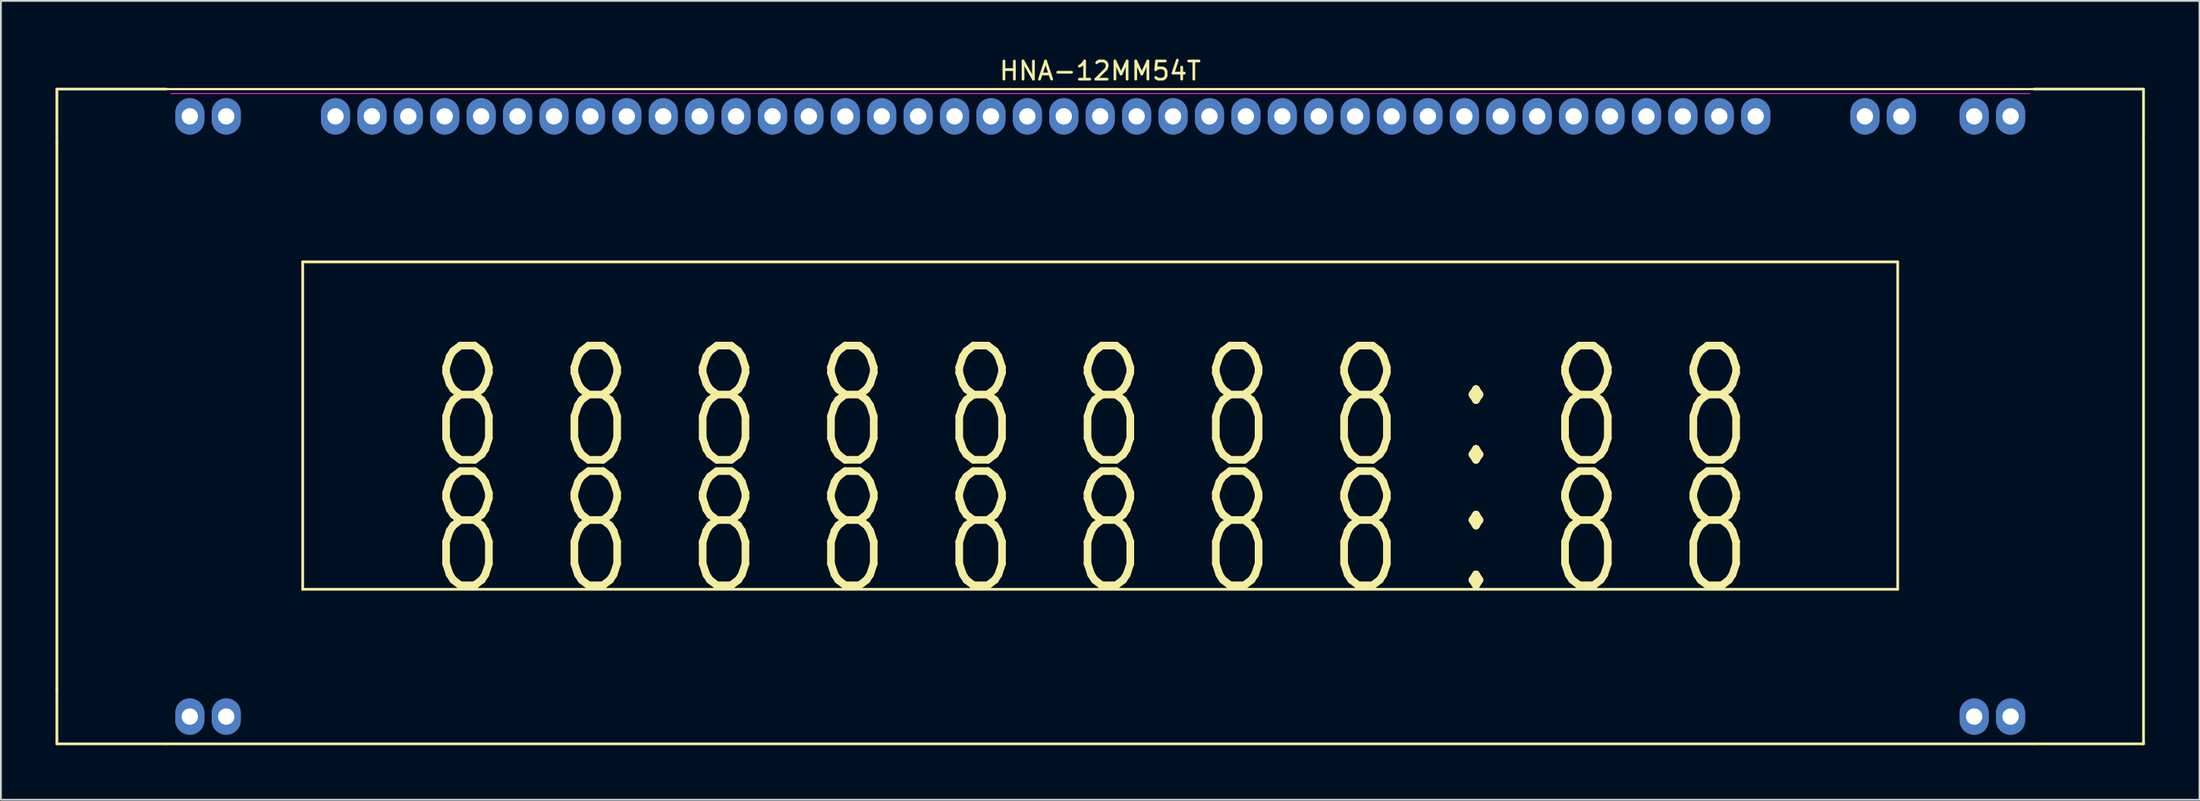
<source format=kicad_pcb>
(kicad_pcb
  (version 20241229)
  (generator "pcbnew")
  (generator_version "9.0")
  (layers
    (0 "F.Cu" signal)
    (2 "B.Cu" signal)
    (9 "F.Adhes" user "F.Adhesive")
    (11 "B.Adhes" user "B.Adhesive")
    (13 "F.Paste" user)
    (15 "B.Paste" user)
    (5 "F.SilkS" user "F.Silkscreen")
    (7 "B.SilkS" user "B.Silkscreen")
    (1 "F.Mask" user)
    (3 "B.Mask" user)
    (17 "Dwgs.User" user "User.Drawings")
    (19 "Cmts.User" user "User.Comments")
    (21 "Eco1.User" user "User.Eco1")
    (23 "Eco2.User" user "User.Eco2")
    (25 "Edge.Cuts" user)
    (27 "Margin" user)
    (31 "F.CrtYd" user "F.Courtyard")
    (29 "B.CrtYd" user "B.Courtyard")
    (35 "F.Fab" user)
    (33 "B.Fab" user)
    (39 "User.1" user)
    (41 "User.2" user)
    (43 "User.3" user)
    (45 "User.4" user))
  (footprint "HNA-12MM54T"
    (layer "F.Cu")
    (at 57.375 3.348)
    (property "Reference" "HNA-12MM54T" (at 0 -2.5 180) (layer "F.SilkS") (effects (font (size 1 1) (thickness 0.15))))
    (attr through_hole)
    (fp_line (start -57.3 -1.5) (end -51.3 -1.5) (stroke (width 0.15) (type solid)) (layer "F.SilkS"))
    (fp_line (start -57.3 1.5) (end -57.3 -1.5) (stroke (width 0.15) (type solid)) (layer "F.SilkS"))
    (fp_line (start -57.3 1.5) (end -57.3 31.5) (stroke (width 0.15) (type solid)) (layer "F.SilkS"))
    (fp_line (start -57.3 34.5) (end -57.3 31.5) (stroke (width 0.15) (type solid)) (layer "F.SilkS"))
    (fp_line (start -51.3 -1.5) (end 51.3 -1.5) (stroke (width 0.12) (type solid)) (layer "F.SilkS"))
    (fp_line (start -51.3 34.5) (end -57.3 34.5) (stroke (width 0.15) (type solid)) (layer "F.SilkS"))
    (fp_line (start -51.3 34.5) (end 51.3 34.5) (stroke (width 0.15) (type solid)) (layer "F.SilkS"))
    (fp_line (start -43.8 8) (end -43.8 26) (stroke (width 0.15) (type solid)) (layer "F.SilkS"))
    (fp_line (start -43.8 26) (end 43.8 26) (stroke (width 0.15) (type solid)) (layer "F.SilkS"))
    (fp_line (start 43.8 8) (end -43.8 8) (stroke (width 0.15) (type solid)) (layer "F.SilkS"))
    (fp_line (start 43.8 26) (end 43.8 8) (stroke (width 0.15) (type solid)) (layer "F.SilkS"))
    (fp_line (start 57.3 -1.5) (end 51.3 -1.5) (stroke (width 0.15) (type solid)) (layer "F.SilkS"))
    (fp_line (start 57.3 -1.3) (end 57.3 -1.5) (stroke (width 0.15) (type solid)) (layer "F.SilkS"))
    (fp_line (start 57.3 1.4) (end 57.3 -1.3) (stroke (width 0.15) (type solid)) (layer "F.SilkS"))
    (fp_line (start 57.3 34.4) (end 57.3 1.4) (stroke (width 0.15) (type solid)) (layer "F.SilkS"))
    (fp_line (start 57.3 34.4) (end 57.3 34.5) (stroke (width 0.15) (type solid)) (layer "F.SilkS"))
    (fp_line (start 57.3 34.5) (end 51.3 34.5) (stroke (width 0.15) (type solid)) (layer "F.SilkS"))
    (fp_line (start -51.05 -1.25) (end 51.05 -1.25) (stroke (width 0.05) (type solid)) (layer "F.CrtYd"))
    (fp_text user "8 8 8 8 8 8 8 8 : 8 8" (at -0.5 22.9 0) (unlocked yes) (layer "F.SilkS") (effects (font (size 6.28 4.11) (thickness 0.42))))
    (fp_text user "8 8 8 8 8 8 8 8 : 8 8" (at -0.5 16 0) (unlocked yes) (layer "F.SilkS") (effects (font (size 6.28 4.11) (thickness 0.42))))
    (pad "0" thru_hole oval (at -50 33) (size 1.6 2) (drill 0.9) (layers "*.Cu" "*.Mask"))
    (pad "0" thru_hole oval (at -48 33) (size 1.6 2) (drill 0.9) (layers "*.Cu" "*.Mask"))
    (pad "0" thru_hole oval (at 48 33) (size 1.6 2) (drill 0.9) (layers "*.Cu" "*.Mask"))
    (pad "0" thru_hole oval (at 50 33) (size 1.6 2) (drill 0.9) (layers "*.Cu" "*.Mask"))
    (pad "1" thru_hole oval (at 50 0 180) (size 1.6 2) (drill 0.9) (layers "*.Cu" "*.Mask"))
    (pad "2" thru_hole oval (at 48 0 180) (size 1.6 2) (drill 0.9) (layers "*.Cu" "*.Mask"))
    (pad "4" thru_hole oval (at 44 0 180) (size 1.6 2) (drill 0.9) (layers "*.Cu" "*.Mask"))
    (pad "5" thru_hole oval (at 42 0 180) (size 1.6 2) (drill 0.9) (layers "*.Cu" "*.Mask"))
    (pad "8" thru_hole oval (at 36 0 180) (size 1.6 2) (drill 0.9) (layers "*.Cu" "*.Mask"))
    (pad "9" thru_hole oval (at 34 0 180) (size 1.6 2) (drill 0.9) (layers "*.Cu" "*.Mask"))
    (pad "10" thru_hole oval (at 32 0 180) (size 1.6 2) (drill 0.9) (layers "*.Cu" "*.Mask"))
    (pad "11" thru_hole oval (at 30 0 180) (size 1.6 2) (drill 0.9) (layers "*.Cu" "*.Mask"))
    (pad "12" thru_hole oval (at 28 0 180) (size 1.6 2) (drill 0.9) (layers "*.Cu" "*.Mask"))
    (pad "13" thru_hole oval (at 26 0 180) (size 1.6 2) (drill 0.9) (layers "*.Cu" "*.Mask"))
    (pad "14" thru_hole oval (at 24 0 180) (size 1.6 2) (drill 0.9) (layers "*.Cu" "*.Mask"))
    (pad "15" thru_hole oval (at 22 0 180) (size 1.6 2) (drill 0.9) (layers "*.Cu" "*.Mask"))
    (pad "16" thru_hole oval (at 20 0 180) (size 1.6 2) (drill 0.9) (layers "*.Cu" "*.Mask"))
    (pad "17" thru_hole oval (at 18 0 180) (size 1.6 2) (drill 0.9) (layers "*.Cu" "*.Mask"))
    (pad "18" thru_hole oval (at 16 0 180) (size 1.6 2) (drill 0.9) (layers "*.Cu" "*.Mask"))
    (pad "19" thru_hole oval (at 14 0 180) (size 1.6 2) (drill 0.9) (layers "*.Cu" "*.Mask"))
    (pad "20" thru_hole oval (at 12 0 180) (size 1.6 2) (drill 0.9) (layers "*.Cu" "*.Mask"))
    (pad "21" thru_hole oval (at 10 0 180) (size 1.6 2) (drill 0.9) (layers "*.Cu" "*.Mask"))
    (pad "22" thru_hole oval (at 8 0 180) (size 1.6 2) (drill 0.9) (layers "*.Cu" "*.Mask"))
    (pad "23" thru_hole oval (at 6 0 180) (size 1.6 2) (drill 0.9) (layers "*.Cu" "*.Mask"))
    (pad "24" thru_hole oval (at 4 0 180) (size 1.6 2) (drill 0.9) (layers "*.Cu" "*.Mask"))
    (pad "25" thru_hole oval (at 2 0 180) (size 1.6 2) (drill 0.9) (layers "*.Cu" "*.Mask"))
    (pad "26" thru_hole oval (at 0 0 180) (size 1.6 2) (drill 0.9) (layers "*.Cu" "*.Mask"))
    (pad "27" thru_hole oval (at -2 0 180) (size 1.6 2) (drill 0.9) (layers "*.Cu" "*.Mask"))
    (pad "28" thru_hole oval (at -4 0 180) (size 1.6 2) (drill 0.9) (layers "*.Cu" "*.Mask"))
    (pad "29" thru_hole oval (at -6 0 180) (size 1.6 2) (drill 0.9) (layers "*.Cu" "*.Mask"))
    (pad "30" thru_hole oval (at -8 0 180) (size 1.6 2) (drill 0.9) (layers "*.Cu" "*.Mask"))
    (pad "31" thru_hole oval (at -10 0 180) (size 1.6 2) (drill 0.9) (layers "*.Cu" "*.Mask"))
    (pad "32" thru_hole oval (at -12 0 180) (size 1.6 2) (drill 0.9) (layers "*.Cu" "*.Mask"))
    (pad "33" thru_hole oval (at -14 0 180) (size 1.6 2) (drill 0.9) (layers "*.Cu" "*.Mask"))
    (pad "34" thru_hole oval (at -16 0 180) (size 1.6 2) (drill 0.9) (layers "*.Cu" "*.Mask"))
    (pad "35" thru_hole oval (at -18 0 180) (size 1.6 2) (drill 0.9) (layers "*.Cu" "*.Mask"))
    (pad "36" thru_hole oval (at -20 0 180) (size 1.6 2) (drill 0.9) (layers "*.Cu" "*.Mask"))
    (pad "37" thru_hole oval (at -22 0 180) (size 1.6 2) (drill 0.9) (layers "*.Cu" "*.Mask"))
    (pad "38" thru_hole oval (at -24 0 180) (size 1.6 2) (drill 0.9) (layers "*.Cu" "*.Mask"))
    (pad "39" thru_hole oval (at -26 0 180) (size 1.6 2) (drill 0.9) (layers "*.Cu" "*.Mask"))
    (pad "40" thru_hole oval (at -28 0 180) (size 1.6 2) (drill 0.9) (layers "*.Cu" "*.Mask"))
    (pad "41" thru_hole oval (at -30 0 180) (size 1.6 2) (drill 0.9) (layers "*.Cu" "*.Mask"))
    (pad "42" thru_hole oval (at -32 0 180) (size 1.6 2) (drill 0.9) (layers "*.Cu" "*.Mask"))
    (pad "43" thru_hole oval (at -34 0 180) (size 1.6 2) (drill 0.9) (layers "*.Cu" "*.Mask"))
    (pad "44" thru_hole oval (at -36 0 180) (size 1.6 2) (drill 0.9) (layers "*.Cu" "*.Mask"))
    (pad "45" thru_hole oval (at -38 0 180) (size 1.6 2) (drill 0.9) (layers "*.Cu" "*.Mask"))
    (pad "46" thru_hole oval (at -40 0 180) (size 1.6 2) (drill 0.9) (layers "*.Cu" "*.Mask"))
    (pad "47" thru_hole oval (at -42 0 180) (size 1.6 2) (drill 0.9) (layers "*.Cu" "*.Mask"))
    (pad "50" thru_hole oval (at -48 0 180) (size 1.6 2) (drill 0.9) (layers "*.Cu" "*.Mask"))
    (pad "51" thru_hole oval (at -50 0 180) (size 1.6 2) (drill 0.9) (layers "*.Cu" "*.Mask")))
  (gr_rect
    (start -3 -3)
    (end 117.75 40.923)
    (stroke (width 0.1) (type default))
    (fill no)
    (layer "Edge.Cuts")))
</source>
